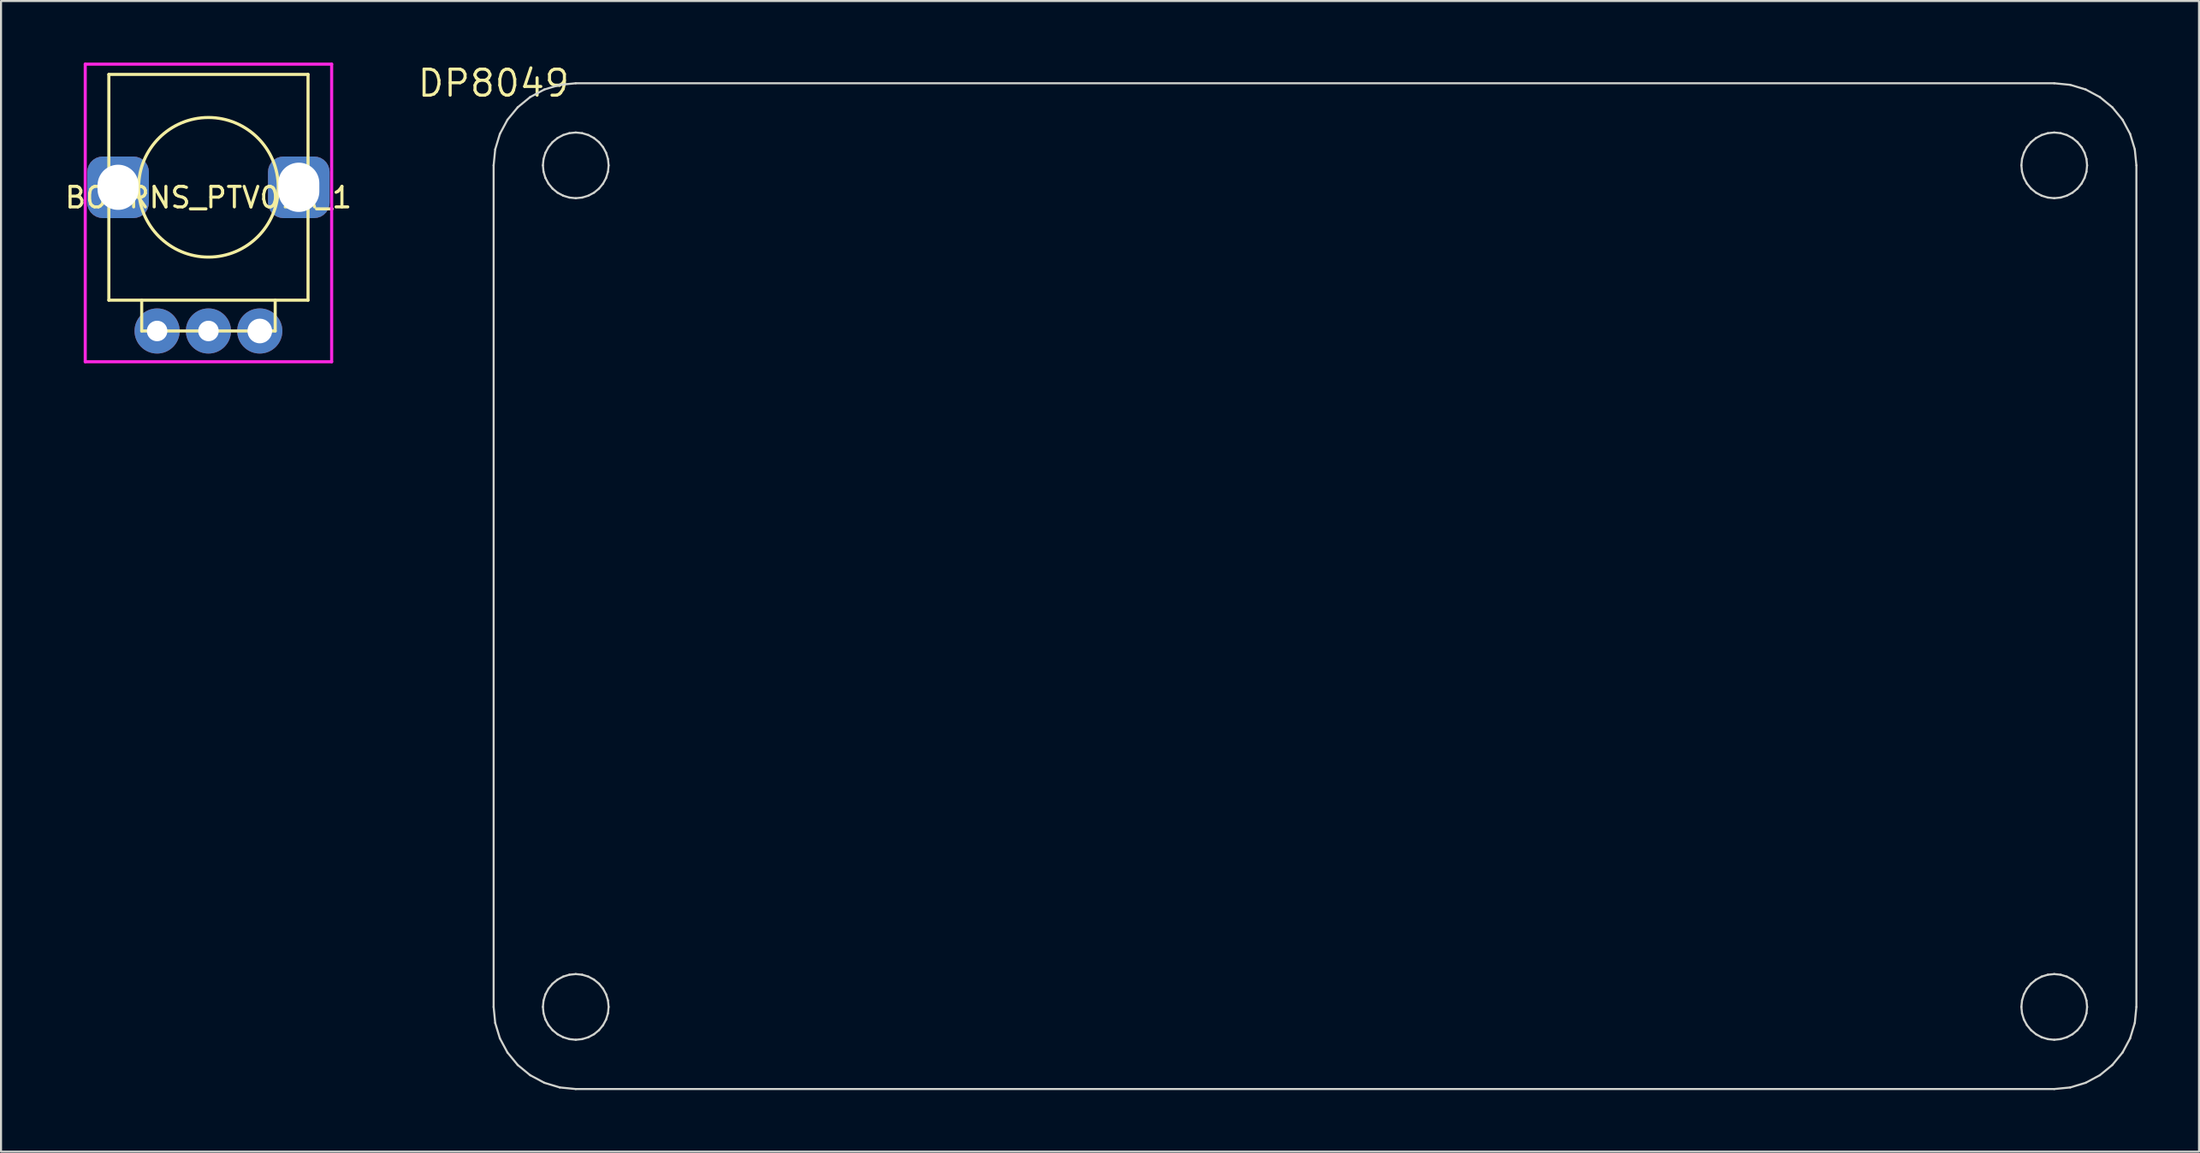
<source format=kicad_pcb>
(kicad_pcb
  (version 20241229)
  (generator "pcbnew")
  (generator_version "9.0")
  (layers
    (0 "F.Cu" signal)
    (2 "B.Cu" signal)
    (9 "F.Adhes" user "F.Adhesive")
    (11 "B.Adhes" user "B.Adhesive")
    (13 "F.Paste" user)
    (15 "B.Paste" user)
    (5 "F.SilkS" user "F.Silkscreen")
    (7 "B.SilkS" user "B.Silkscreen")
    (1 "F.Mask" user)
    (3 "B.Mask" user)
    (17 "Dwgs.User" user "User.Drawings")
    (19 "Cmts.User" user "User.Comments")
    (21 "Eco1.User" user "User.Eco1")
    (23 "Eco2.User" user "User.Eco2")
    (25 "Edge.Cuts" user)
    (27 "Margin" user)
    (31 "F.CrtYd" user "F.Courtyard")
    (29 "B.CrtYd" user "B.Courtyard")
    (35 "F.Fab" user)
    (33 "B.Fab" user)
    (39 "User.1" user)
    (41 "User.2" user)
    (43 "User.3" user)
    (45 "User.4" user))
  (footprint "BOURNS_PTV09A_1"
    (layer "F.Cu")
    (at 7.101 6.075)
    (property "Reference" "BOURNS_PTV09A_1" (at 0 0.5 0) (layer "F.SilkS") (effects (font (size 1 1) (thickness 0.15))))
    (attr through_hole)
    (fp_line (start -4.85 -5.5) (end 4.85 -5.5) (stroke (width 0.15) (type solid)) (layer "F.SilkS"))
    (fp_line (start -4.85 5.5) (end -4.85 -5.5) (stroke (width 0.15) (type solid)) (layer "F.SilkS"))
    (fp_line (start -3.25 7) (end -3.25 5.5) (stroke (width 0.15) (type solid)) (layer "F.SilkS"))
    (fp_line (start -3.25 7) (end 3.25 7) (stroke (width 0.15) (type solid)) (layer "F.SilkS"))
    (fp_line (start 3.25 7) (end 3.25 5.5) (stroke (width 0.15) (type solid)) (layer "F.SilkS"))
    (fp_line (start 4.85 -5.5) (end 4.85 5.5) (stroke (width 0.15) (type solid)) (layer "F.SilkS"))
    (fp_line (start 4.85 5.5) (end -4.85 5.5) (stroke (width 0.15) (type solid)) (layer "F.SilkS"))
    (fp_circle (center 0 0) (end 3.4 0) (stroke (width 0.15) (type solid)) (fill no) (layer "F.SilkS"))
    (fp_line (start -6 -6) (end 6 -6) (stroke (width 0.15) (type solid)) (layer "F.CrtYd"))
    (fp_line (start -6 8.5) (end -6 -6) (stroke (width 0.15) (type solid)) (layer "F.CrtYd"))
    (fp_line (start 6 -6) (end 6 8.5) (stroke (width 0.15) (type solid)) (layer "F.CrtYd"))
    (fp_line (start 6 8.5) (end -6 8.5) (stroke (width 0.15) (type solid)) (layer "F.CrtYd"))
    (pad "1" thru_hole circle (at -2.5 7) (size 2.2 2.2) (drill 1) (layers "*.Cu" "*.Mask"))
    (pad "2" thru_hole circle (at 0 7) (size 2.2 2.2) (drill 1) (layers "*.Cu" "*.Mask"))
    (pad "3" thru_hole circle (at 2.5 7) (size 2.2 2.2) (drill 1.2) (layers "*.Cu" "*.Mask"))
    (pad "4" thru_hole roundrect (at -4.4 0) (size 3 3) (drill oval 2 2.2) (layers "*.Cu" "*.Mask") (roundrect_rratio 0.25))
    (pad "5" thru_hole roundrect (at 4.4 0) (size 3 3) (drill oval 2 2.4) (layers "*.Cu" "*.Mask") (roundrect_rratio 0.25)))
  (footprint "DP8049"
    (layer "F.Cu")
    (at 20.989 1.006)
    (property "Reference" "DP8049" (at 0 0 0) (layer "F.SilkS") (effects (font (size 1.27 1.27) (thickness 0.15))))
    (attr through_hole)
    (fp_line (start 0 4) (end 0.077 3.22) (stroke (width 0.1) (type solid)) (layer "Edge.Cuts"))
    (fp_line (start 0 45) (end 0 4) (stroke (width 0.1) (type solid)) (layer "Edge.Cuts"))
    (fp_line (start 0.077 3.22) (end 0.304 2.469) (stroke (width 0.1) (type solid)) (layer "Edge.Cuts"))
    (fp_line (start 0.077 45.78) (end 0 45) (stroke (width 0.1) (type solid)) (layer "Edge.Cuts"))
    (fp_line (start 0.304 2.469) (end 0.674 1.778) (stroke (width 0.1) (type solid)) (layer "Edge.Cuts"))
    (fp_line (start 0.304 46.531) (end 0.077 45.78) (stroke (width 0.1) (type solid)) (layer "Edge.Cuts"))
    (fp_line (start 0.674 1.778) (end 1.172 1.172) (stroke (width 0.1) (type solid)) (layer "Edge.Cuts"))
    (fp_line (start 0.674 47.222) (end 0.304 46.531) (stroke (width 0.1) (type solid)) (layer "Edge.Cuts"))
    (fp_line (start 1.172 1.172) (end 1.778 0.674) (stroke (width 0.1) (type solid)) (layer "Edge.Cuts"))
    (fp_line (start 1.172 47.828) (end 0.674 47.222) (stroke (width 0.1) (type solid)) (layer "Edge.Cuts"))
    (fp_line (start 1.778 0.674) (end 2.469 0.304) (stroke (width 0.1) (type solid)) (layer "Edge.Cuts"))
    (fp_line (start 1.778 48.326) (end 1.172 47.828) (stroke (width 0.1) (type solid)) (layer "Edge.Cuts"))
    (fp_line (start 2.4 4) (end 2.431 4.312) (stroke (width 0.1) (type solid)) (layer "Edge.Cuts"))
    (fp_line (start 2.4 45) (end 2.431 45.312) (stroke (width 0.1) (type solid)) (layer "Edge.Cuts"))
    (fp_line (start 2.431 3.688) (end 2.4 4) (stroke (width 0.1) (type solid)) (layer "Edge.Cuts"))
    (fp_line (start 2.431 4.312) (end 2.522 4.612) (stroke (width 0.1) (type solid)) (layer "Edge.Cuts"))
    (fp_line (start 2.431 44.688) (end 2.4 45) (stroke (width 0.1) (type solid)) (layer "Edge.Cuts"))
    (fp_line (start 2.431 45.312) (end 2.522 45.612) (stroke (width 0.1) (type solid)) (layer "Edge.Cuts"))
    (fp_line (start 2.469 0.304) (end 3.22 0.077) (stroke (width 0.1) (type solid)) (layer "Edge.Cuts"))
    (fp_line (start 2.469 48.696) (end 1.778 48.326) (stroke (width 0.1) (type solid)) (layer "Edge.Cuts"))
    (fp_line (start 2.522 3.388) (end 2.431 3.688) (stroke (width 0.1) (type solid)) (layer "Edge.Cuts"))
    (fp_line (start 2.522 4.612) (end 2.67 4.889) (stroke (width 0.1) (type solid)) (layer "Edge.Cuts"))
    (fp_line (start 2.522 44.388) (end 2.431 44.688) (stroke (width 0.1) (type solid)) (layer "Edge.Cuts"))
    (fp_line (start 2.522 45.612) (end 2.67 45.889) (stroke (width 0.1) (type solid)) (layer "Edge.Cuts"))
    (fp_line (start 2.67 3.111) (end 2.522 3.388) (stroke (width 0.1) (type solid)) (layer "Edge.Cuts"))
    (fp_line (start 2.67 4.889) (end 2.869 5.131) (stroke (width 0.1) (type solid)) (layer "Edge.Cuts"))
    (fp_line (start 2.67 44.111) (end 2.522 44.388) (stroke (width 0.1) (type solid)) (layer "Edge.Cuts"))
    (fp_line (start 2.67 45.889) (end 2.869 46.131) (stroke (width 0.1) (type solid)) (layer "Edge.Cuts"))
    (fp_line (start 2.869 2.869) (end 2.67 3.111) (stroke (width 0.1) (type solid)) (layer "Edge.Cuts"))
    (fp_line (start 2.869 5.131) (end 3.111 5.33) (stroke (width 0.1) (type solid)) (layer "Edge.Cuts"))
    (fp_line (start 2.869 43.869) (end 2.67 44.111) (stroke (width 0.1) (type solid)) (layer "Edge.Cuts"))
    (fp_line (start 2.869 46.131) (end 3.111 46.33) (stroke (width 0.1) (type solid)) (layer "Edge.Cuts"))
    (fp_line (start 3.111 2.67) (end 2.869 2.869) (stroke (width 0.1) (type solid)) (layer "Edge.Cuts"))
    (fp_line (start 3.111 5.33) (end 3.388 5.478) (stroke (width 0.1) (type solid)) (layer "Edge.Cuts"))
    (fp_line (start 3.111 43.67) (end 2.869 43.869) (stroke (width 0.1) (type solid)) (layer "Edge.Cuts"))
    (fp_line (start 3.111 46.33) (end 3.388 46.478) (stroke (width 0.1) (type solid)) (layer "Edge.Cuts"))
    (fp_line (start 3.22 0.077) (end 4 0) (stroke (width 0.1) (type solid)) (layer "Edge.Cuts"))
    (fp_line (start 3.22 48.923) (end 2.469 48.696) (stroke (width 0.1) (type solid)) (layer "Edge.Cuts"))
    (fp_line (start 3.388 2.522) (end 3.111 2.67) (stroke (width 0.1) (type solid)) (layer "Edge.Cuts"))
    (fp_line (start 3.388 5.478) (end 3.688 5.569) (stroke (width 0.1) (type solid)) (layer "Edge.Cuts"))
    (fp_line (start 3.388 43.522) (end 3.111 43.67) (stroke (width 0.1) (type solid)) (layer "Edge.Cuts"))
    (fp_line (start 3.388 46.478) (end 3.688 46.569) (stroke (width 0.1) (type solid)) (layer "Edge.Cuts"))
    (fp_line (start 3.688 2.431) (end 3.388 2.522) (stroke (width 0.1) (type solid)) (layer "Edge.Cuts"))
    (fp_line (start 3.688 5.569) (end 4 5.6) (stroke (width 0.1) (type solid)) (layer "Edge.Cuts"))
    (fp_line (start 3.688 43.431) (end 3.388 43.522) (stroke (width 0.1) (type solid)) (layer "Edge.Cuts"))
    (fp_line (start 3.688 46.569) (end 4 46.6) (stroke (width 0.1) (type solid)) (layer "Edge.Cuts"))
    (fp_line (start 4 0) (end 76 0) (stroke (width 0.1) (type solid)) (layer "Edge.Cuts"))
    (fp_line (start 4 2.4) (end 3.688 2.431) (stroke (width 0.1) (type solid)) (layer "Edge.Cuts"))
    (fp_line (start 4 43.4) (end 3.688 43.431) (stroke (width 0.1) (type solid)) (layer "Edge.Cuts"))
    (fp_line (start 4 5.6) (end 4.312 5.569) (stroke (width 0.1) (type solid)) (layer "Edge.Cuts"))
    (fp_line (start 4 46.6) (end 4.312 46.569) (stroke (width 0.1) (type solid)) (layer "Edge.Cuts"))
    (fp_line (start 4 49) (end 3.22 48.923) (stroke (width 0.1) (type solid)) (layer "Edge.Cuts"))
    (fp_line (start 4.312 2.431) (end 4 2.4) (stroke (width 0.1) (type solid)) (layer "Edge.Cuts"))
    (fp_line (start 4.312 5.569) (end 4.612 5.478) (stroke (width 0.1) (type solid)) (layer "Edge.Cuts"))
    (fp_line (start 4.312 43.431) (end 4 43.4) (stroke (width 0.1) (type solid)) (layer "Edge.Cuts"))
    (fp_line (start 4.312 46.569) (end 4.612 46.478) (stroke (width 0.1) (type solid)) (layer "Edge.Cuts"))
    (fp_line (start 4.612 2.522) (end 4.312 2.431) (stroke (width 0.1) (type solid)) (layer "Edge.Cuts"))
    (fp_line (start 4.612 5.478) (end 4.889 5.33) (stroke (width 0.1) (type solid)) (layer "Edge.Cuts"))
    (fp_line (start 4.612 43.522) (end 4.312 43.431) (stroke (width 0.1) (type solid)) (layer "Edge.Cuts"))
    (fp_line (start 4.612 46.478) (end 4.889 46.33) (stroke (width 0.1) (type solid)) (layer "Edge.Cuts"))
    (fp_line (start 4.889 2.67) (end 4.612 2.522) (stroke (width 0.1) (type solid)) (layer "Edge.Cuts"))
    (fp_line (start 4.889 5.33) (end 5.131 5.131) (stroke (width 0.1) (type solid)) (layer "Edge.Cuts"))
    (fp_line (start 4.889 43.67) (end 4.612 43.522) (stroke (width 0.1) (type solid)) (layer "Edge.Cuts"))
    (fp_line (start 4.889 46.33) (end 5.131 46.131) (stroke (width 0.1) (type solid)) (layer "Edge.Cuts"))
    (fp_line (start 5.131 2.869) (end 4.889 2.67) (stroke (width 0.1) (type solid)) (layer "Edge.Cuts"))
    (fp_line (start 5.131 5.131) (end 5.33 4.889) (stroke (width 0.1) (type solid)) (layer "Edge.Cuts"))
    (fp_line (start 5.131 43.869) (end 4.889 43.67) (stroke (width 0.1) (type solid)) (layer "Edge.Cuts"))
    (fp_line (start 5.131 46.131) (end 5.33 45.889) (stroke (width 0.1) (type solid)) (layer "Edge.Cuts"))
    (fp_line (start 5.33 3.111) (end 5.131 2.869) (stroke (width 0.1) (type solid)) (layer "Edge.Cuts"))
    (fp_line (start 5.33 4.889) (end 5.478 4.612) (stroke (width 0.1) (type solid)) (layer "Edge.Cuts"))
    (fp_line (start 5.33 44.111) (end 5.131 43.869) (stroke (width 0.1) (type solid)) (layer "Edge.Cuts"))
    (fp_line (start 5.33 45.889) (end 5.478 45.612) (stroke (width 0.1) (type solid)) (layer "Edge.Cuts"))
    (fp_line (start 5.478 3.388) (end 5.33 3.111) (stroke (width 0.1) (type solid)) (layer "Edge.Cuts"))
    (fp_line (start 5.478 4.612) (end 5.569 4.312) (stroke (width 0.1) (type solid)) (layer "Edge.Cuts"))
    (fp_line (start 5.478 44.388) (end 5.33 44.111) (stroke (width 0.1) (type solid)) (layer "Edge.Cuts"))
    (fp_line (start 5.478 45.612) (end 5.569 45.312) (stroke (width 0.1) (type solid)) (layer "Edge.Cuts"))
    (fp_line (start 5.569 3.688) (end 5.478 3.388) (stroke (width 0.1) (type solid)) (layer "Edge.Cuts"))
    (fp_line (start 5.569 4.312) (end 5.6 4) (stroke (width 0.1) (type solid)) (layer "Edge.Cuts"))
    (fp_line (start 5.569 44.688) (end 5.478 44.388) (stroke (width 0.1) (type solid)) (layer "Edge.Cuts"))
    (fp_line (start 5.569 45.312) (end 5.6 45) (stroke (width 0.1) (type solid)) (layer "Edge.Cuts"))
    (fp_line (start 5.6 4) (end 5.569 3.688) (stroke (width 0.1) (type solid)) (layer "Edge.Cuts"))
    (fp_line (start 5.6 45) (end 5.569 44.688) (stroke (width 0.1) (type solid)) (layer "Edge.Cuts"))
    (fp_line (start 74.4 4) (end 74.431 4.312) (stroke (width 0.1) (type solid)) (layer "Edge.Cuts"))
    (fp_line (start 74.4 45) (end 74.431 45.312) (stroke (width 0.1) (type solid)) (layer "Edge.Cuts"))
    (fp_line (start 74.431 3.688) (end 74.4 4) (stroke (width 0.1) (type solid)) (layer "Edge.Cuts"))
    (fp_line (start 74.431 4.312) (end 74.522 4.612) (stroke (width 0.1) (type solid)) (layer "Edge.Cuts"))
    (fp_line (start 74.431 44.688) (end 74.4 45) (stroke (width 0.1) (type solid)) (layer "Edge.Cuts"))
    (fp_line (start 74.431 45.312) (end 74.522 45.612) (stroke (width 0.1) (type solid)) (layer "Edge.Cuts"))
    (fp_line (start 74.522 3.388) (end 74.431 3.688) (stroke (width 0.1) (type solid)) (layer "Edge.Cuts"))
    (fp_line (start 74.522 4.612) (end 74.67 4.889) (stroke (width 0.1) (type solid)) (layer "Edge.Cuts"))
    (fp_line (start 74.522 44.388) (end 74.431 44.688) (stroke (width 0.1) (type solid)) (layer "Edge.Cuts"))
    (fp_line (start 74.522 45.612) (end 74.67 45.889) (stroke (width 0.1) (type solid)) (layer "Edge.Cuts"))
    (fp_line (start 74.67 3.111) (end 74.522 3.388) (stroke (width 0.1) (type solid)) (layer "Edge.Cuts"))
    (fp_line (start 74.67 4.889) (end 74.869 5.131) (stroke (width 0.1) (type solid)) (layer "Edge.Cuts"))
    (fp_line (start 74.67 44.111) (end 74.522 44.388) (stroke (width 0.1) (type solid)) (layer "Edge.Cuts"))
    (fp_line (start 74.67 45.889) (end 74.869 46.131) (stroke (width 0.1) (type solid)) (layer "Edge.Cuts"))
    (fp_line (start 74.869 2.869) (end 74.67 3.111) (stroke (width 0.1) (type solid)) (layer "Edge.Cuts"))
    (fp_line (start 74.869 5.131) (end 75.111 5.33) (stroke (width 0.1) (type solid)) (layer "Edge.Cuts"))
    (fp_line (start 74.869 43.869) (end 74.67 44.111) (stroke (width 0.1) (type solid)) (layer "Edge.Cuts"))
    (fp_line (start 74.869 46.131) (end 75.111 46.33) (stroke (width 0.1) (type solid)) (layer "Edge.Cuts"))
    (fp_line (start 75.111 2.67) (end 74.869 2.869) (stroke (width 0.1) (type solid)) (layer "Edge.Cuts"))
    (fp_line (start 75.111 5.33) (end 75.388 5.478) (stroke (width 0.1) (type solid)) (layer "Edge.Cuts"))
    (fp_line (start 75.111 43.67) (end 74.869 43.869) (stroke (width 0.1) (type solid)) (layer "Edge.Cuts"))
    (fp_line (start 75.111 46.33) (end 75.388 46.478) (stroke (width 0.1) (type solid)) (layer "Edge.Cuts"))
    (fp_line (start 75.388 2.522) (end 75.111 2.67) (stroke (width 0.1) (type solid)) (layer "Edge.Cuts"))
    (fp_line (start 75.388 5.478) (end 75.688 5.569) (stroke (width 0.1) (type solid)) (layer "Edge.Cuts"))
    (fp_line (start 75.388 43.522) (end 75.111 43.67) (stroke (width 0.1) (type solid)) (layer "Edge.Cuts"))
    (fp_line (start 75.388 46.478) (end 75.688 46.569) (stroke (width 0.1) (type solid)) (layer "Edge.Cuts"))
    (fp_line (start 75.688 2.431) (end 75.388 2.522) (stroke (width 0.1) (type solid)) (layer "Edge.Cuts"))
    (fp_line (start 75.688 5.569) (end 76 5.6) (stroke (width 0.1) (type solid)) (layer "Edge.Cuts"))
    (fp_line (start 75.688 43.431) (end 75.388 43.522) (stroke (width 0.1) (type solid)) (layer "Edge.Cuts"))
    (fp_line (start 75.688 46.569) (end 76 46.6) (stroke (width 0.1) (type solid)) (layer "Edge.Cuts"))
    (fp_line (start 76 0) (end 76.78 0.077) (stroke (width 0.1) (type solid)) (layer "Edge.Cuts"))
    (fp_line (start 76 2.4) (end 75.688 2.431) (stroke (width 0.1) (type solid)) (layer "Edge.Cuts"))
    (fp_line (start 76 5.6) (end 76.312 5.569) (stroke (width 0.1) (type solid)) (layer "Edge.Cuts"))
    (fp_line (start 76 43.4) (end 75.688 43.431) (stroke (width 0.1) (type solid)) (layer "Edge.Cuts"))
    (fp_line (start 76 46.6) (end 76.312 46.569) (stroke (width 0.1) (type solid)) (layer "Edge.Cuts"))
    (fp_line (start 76 49) (end 4 49) (stroke (width 0.1) (type solid)) (layer "Edge.Cuts"))
    (fp_line (start 76.312 2.431) (end 76 2.4) (stroke (width 0.1) (type solid)) (layer "Edge.Cuts"))
    (fp_line (start 76.312 5.569) (end 76.612 5.478) (stroke (width 0.1) (type solid)) (layer "Edge.Cuts"))
    (fp_line (start 76.312 43.431) (end 76 43.4) (stroke (width 0.1) (type solid)) (layer "Edge.Cuts"))
    (fp_line (start 76.312 46.569) (end 76.612 46.478) (stroke (width 0.1) (type solid)) (layer "Edge.Cuts"))
    (fp_line (start 76.612 2.522) (end 76.312 2.431) (stroke (width 0.1) (type solid)) (layer "Edge.Cuts"))
    (fp_line (start 76.612 5.478) (end 76.889 5.33) (stroke (width 0.1) (type solid)) (layer "Edge.Cuts"))
    (fp_line (start 76.612 43.522) (end 76.312 43.431) (stroke (width 0.1) (type solid)) (layer "Edge.Cuts"))
    (fp_line (start 76.612 46.478) (end 76.889 46.33) (stroke (width 0.1) (type solid)) (layer "Edge.Cuts"))
    (fp_line (start 76.78 0.077) (end 77.531 0.304) (stroke (width 0.1) (type solid)) (layer "Edge.Cuts"))
    (fp_line (start 76.78 48.923) (end 76 49) (stroke (width 0.1) (type solid)) (layer "Edge.Cuts"))
    (fp_line (start 76.889 2.67) (end 76.612 2.522) (stroke (width 0.1) (type solid)) (layer "Edge.Cuts"))
    (fp_line (start 76.889 5.33) (end 77.131 5.131) (stroke (width 0.1) (type solid)) (layer "Edge.Cuts"))
    (fp_line (start 76.889 43.67) (end 76.612 43.522) (stroke (width 0.1) (type solid)) (layer "Edge.Cuts"))
    (fp_line (start 76.889 46.33) (end 77.131 46.131) (stroke (width 0.1) (type solid)) (layer "Edge.Cuts"))
    (fp_line (start 77.131 2.869) (end 76.889 2.67) (stroke (width 0.1) (type solid)) (layer "Edge.Cuts"))
    (fp_line (start 77.131 5.131) (end 77.33 4.889) (stroke (width 0.1) (type solid)) (layer "Edge.Cuts"))
    (fp_line (start 77.131 43.869) (end 76.889 43.67) (stroke (width 0.1) (type solid)) (layer "Edge.Cuts"))
    (fp_line (start 77.131 46.131) (end 77.33 45.889) (stroke (width 0.1) (type solid)) (layer "Edge.Cuts"))
    (fp_line (start 77.33 3.111) (end 77.131 2.869) (stroke (width 0.1) (type solid)) (layer "Edge.Cuts"))
    (fp_line (start 77.33 4.889) (end 77.478 4.612) (stroke (width 0.1) (type solid)) (layer "Edge.Cuts"))
    (fp_line (start 77.33 44.111) (end 77.131 43.869) (stroke (width 0.1) (type solid)) (layer "Edge.Cuts"))
    (fp_line (start 77.33 45.889) (end 77.478 45.612) (stroke (width 0.1) (type solid)) (layer "Edge.Cuts"))
    (fp_line (start 77.478 3.388) (end 77.33 3.111) (stroke (width 0.1) (type solid)) (layer "Edge.Cuts"))
    (fp_line (start 77.478 4.612) (end 77.569 4.312) (stroke (width 0.1) (type solid)) (layer "Edge.Cuts"))
    (fp_line (start 77.478 44.388) (end 77.33 44.111) (stroke (width 0.1) (type solid)) (layer "Edge.Cuts"))
    (fp_line (start 77.478 45.612) (end 77.569 45.312) (stroke (width 0.1) (type solid)) (layer "Edge.Cuts"))
    (fp_line (start 77.531 0.304) (end 78.222 0.674) (stroke (width 0.1) (type solid)) (layer "Edge.Cuts"))
    (fp_line (start 77.531 48.696) (end 76.78 48.923) (stroke (width 0.1) (type solid)) (layer "Edge.Cuts"))
    (fp_line (start 77.569 3.688) (end 77.478 3.388) (stroke (width 0.1) (type solid)) (layer "Edge.Cuts"))
    (fp_line (start 77.569 4.312) (end 77.6 4) (stroke (width 0.1) (type solid)) (layer "Edge.Cuts"))
    (fp_line (start 77.569 44.688) (end 77.478 44.388) (stroke (width 0.1) (type solid)) (layer "Edge.Cuts"))
    (fp_line (start 77.569 45.312) (end 77.6 45) (stroke (width 0.1) (type solid)) (layer "Edge.Cuts"))
    (fp_line (start 77.6 4) (end 77.569 3.688) (stroke (width 0.1) (type solid)) (layer "Edge.Cuts"))
    (fp_line (start 77.6 45) (end 77.569 44.688) (stroke (width 0.1) (type solid)) (layer "Edge.Cuts"))
    (fp_line (start 78.222 0.674) (end 78.828 1.172) (stroke (width 0.1) (type solid)) (layer "Edge.Cuts"))
    (fp_line (start 78.222 48.326) (end 77.531 48.696) (stroke (width 0.1) (type solid)) (layer "Edge.Cuts"))
    (fp_line (start 78.828 1.172) (end 79.326 1.778) (stroke (width 0.1) (type solid)) (layer "Edge.Cuts"))
    (fp_line (start 78.828 47.828) (end 78.222 48.326) (stroke (width 0.1) (type solid)) (layer "Edge.Cuts"))
    (fp_line (start 79.326 1.778) (end 79.695 2.469) (stroke (width 0.1) (type solid)) (layer "Edge.Cuts"))
    (fp_line (start 79.326 47.222) (end 78.828 47.828) (stroke (width 0.1) (type solid)) (layer "Edge.Cuts"))
    (fp_line (start 79.695 2.469) (end 79.923 3.22) (stroke (width 0.1) (type solid)) (layer "Edge.Cuts"))
    (fp_line (start 79.695 46.531) (end 79.326 47.222) (stroke (width 0.1) (type solid)) (layer "Edge.Cuts"))
    (fp_line (start 79.923 3.22) (end 80 4) (stroke (width 0.1) (type solid)) (layer "Edge.Cuts"))
    (fp_line (start 79.923 45.78) (end 79.695 46.531) (stroke (width 0.1) (type solid)) (layer "Edge.Cuts"))
    (fp_line (start 80 4) (end 80 45) (stroke (width 0.1) (type solid)) (layer "Edge.Cuts"))
    (fp_line (start 80 45) (end 79.923 45.78) (stroke (width 0.1) (type solid)) (layer "Edge.Cuts")))
  (gr_rect
    (start -3 -3)
    (end 104.039 53.056)
    (stroke (width 0.1) (type default))
    (fill no)
    (layer "Edge.Cuts")))
</source>
